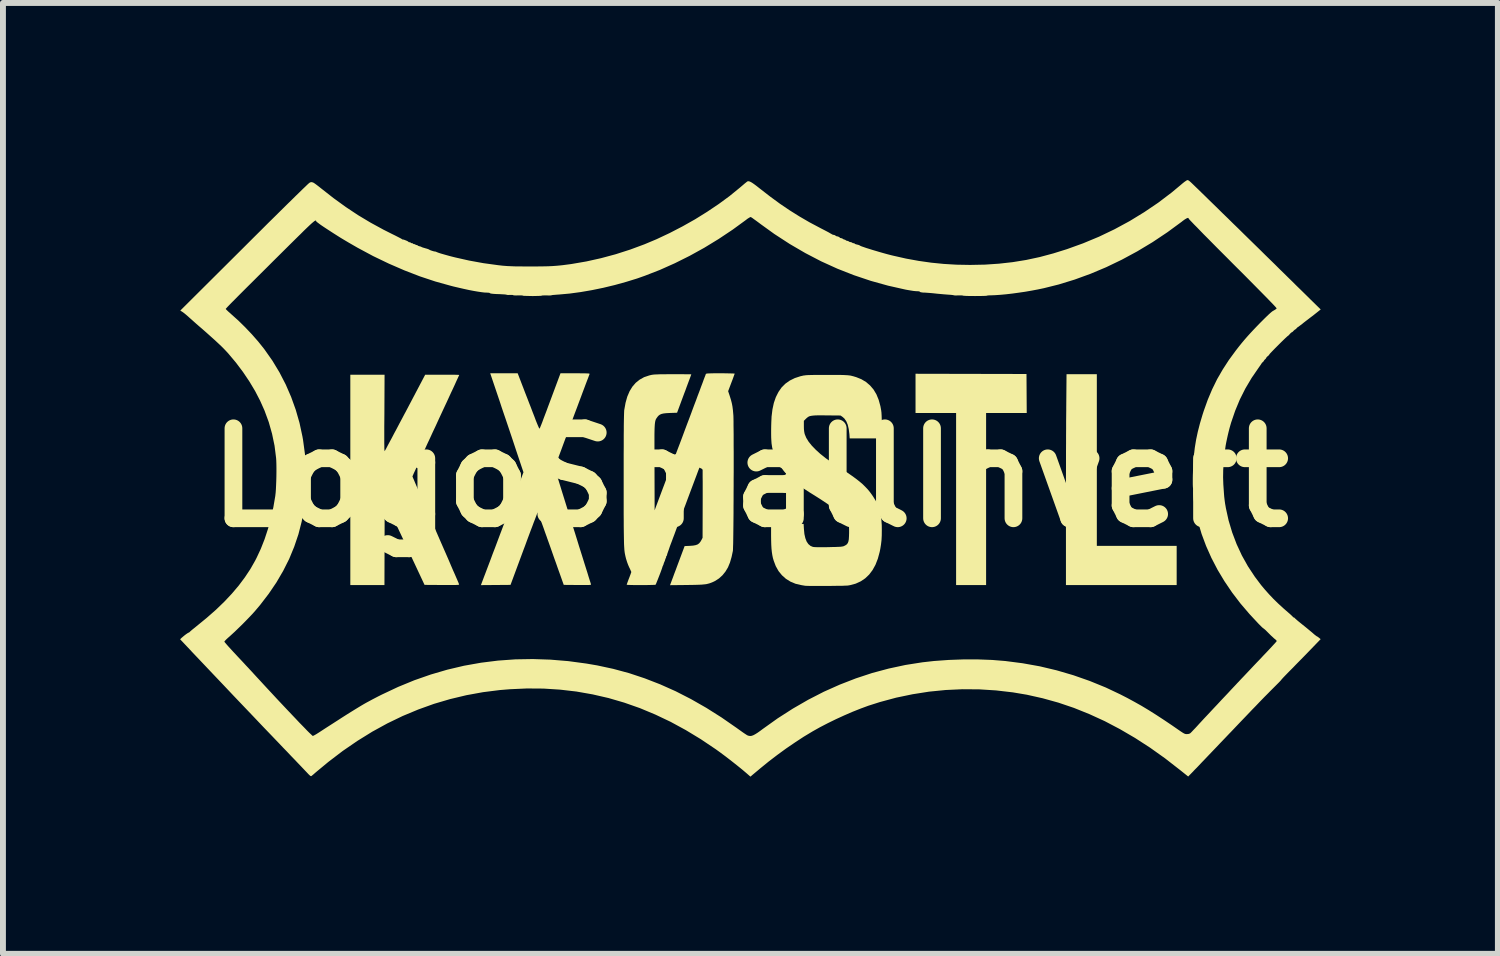
<source format=kicad_pcb>
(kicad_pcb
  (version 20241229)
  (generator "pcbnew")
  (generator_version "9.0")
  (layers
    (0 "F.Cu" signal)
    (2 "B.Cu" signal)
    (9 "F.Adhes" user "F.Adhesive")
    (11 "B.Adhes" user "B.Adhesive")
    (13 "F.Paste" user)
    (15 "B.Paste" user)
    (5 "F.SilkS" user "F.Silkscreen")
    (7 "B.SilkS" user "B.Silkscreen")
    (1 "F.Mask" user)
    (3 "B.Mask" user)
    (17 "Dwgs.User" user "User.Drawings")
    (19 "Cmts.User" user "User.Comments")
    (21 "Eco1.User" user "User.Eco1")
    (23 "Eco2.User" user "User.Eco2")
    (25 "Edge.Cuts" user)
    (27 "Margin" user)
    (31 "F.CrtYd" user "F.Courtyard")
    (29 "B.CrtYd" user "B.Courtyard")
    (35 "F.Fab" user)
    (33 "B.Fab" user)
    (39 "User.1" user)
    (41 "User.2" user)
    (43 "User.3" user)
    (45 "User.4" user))
  (footprint "LogoSmallInvert"
    (layer "F.Cu")
    (at 9.648 5.037)
    (property "Reference" "LogoSmallInvert" (at 0 0 0) (layer "F.SilkS") (effects (font (size 1.524 1.524) (thickness 0.3))))
    (attr board_only exclude_from_pos_files exclude_from_bom)
    (fp_poly (pts (xy 4.684 -1.754) (xy 4.686 -1.424) (xy 4.688 -1.094) (xy 4 -1.094) (xy 4 1.82) (xy 3.492 1.82) (xy 3.492 -1.094) (xy 2.805 -1.094) (xy 2.805 -1.758)) (stroke (width 0) (type solid)) (fill yes) (layer "F.SilkS"))
    (fp_poly (pts (xy 5.875 1.156) (xy 7.227 1.156) (xy 7.227 1.82) (xy 5.352 1.82) (xy 5.352 0.604) (xy 5.352 0.455) (xy 5.352 0.304) (xy 5.352 0.152) (xy 5.352 -0.00021) (xy 5.353 -0.151) (xy 5.353 -0.299) (xy 5.353 -0.442) (xy 5.354 -0.58) (xy 5.354 -0.71) (xy 5.355 -0.831) (xy 5.355 -0.942) (xy 5.356 -1.042) (xy 5.357 -1.128) (xy 5.357 -1.182) (xy 5.362 -1.75) (xy 5.875 -1.75)) (stroke (width 0) (type solid)) (fill yes) (layer "F.SilkS"))
    (fp_poly (pts (xy -6.189 -1.089) (xy -6.19 -0.97) (xy -6.191 -0.865) (xy -6.191 -0.775) (xy -6.191 -0.698) (xy -6.191 -0.633) (xy -6.191 -0.579) (xy -6.19 -0.536) (xy -6.19 -0.503) (xy -6.189 -0.478) (xy -6.187 -0.461) (xy -6.186 -0.452) (xy -6.184 -0.448) (xy -6.183 -0.449) (xy -6.178 -0.458) (xy -6.166 -0.479) (xy -6.148 -0.513) (xy -6.125 -0.557) (xy -6.096 -0.611) (xy -6.062 -0.674) (xy -6.025 -0.745) (xy -5.983 -0.823) (xy -5.939 -0.907) (xy -5.892 -0.995) (xy -5.843 -1.088) (xy -5.835 -1.102) (xy -5.498 -1.742) (xy -5.21 -1.742) (xy -5.145 -1.742) (xy -5.084 -1.742) (xy -5.031 -1.741) (xy -4.987 -1.741) (xy -4.953 -1.74) (xy -4.93 -1.739) (xy -4.922 -1.738) (xy -4.922 -1.737) (xy -4.925 -1.73) (xy -4.935 -1.709) (xy -4.95 -1.676) (xy -4.971 -1.631) (xy -4.996 -1.575) (xy -5.026 -1.51) (xy -5.061 -1.436) (xy -5.099 -1.353) (xy -5.14 -1.264) (xy -5.185 -1.168) (xy -5.232 -1.067) (xy -5.281 -0.961) (xy -5.318 -0.88) (xy -5.369 -0.772) (xy -5.417 -0.667) (xy -5.464 -0.567) (xy -5.507 -0.472) (xy -5.548 -0.384) (xy -5.585 -0.304) (xy -5.618 -0.231) (xy -5.647 -0.168) (xy -5.671 -0.115) (xy -5.691 -0.073) (xy -5.704 -0.042) (xy -5.712 -0.024) (xy -5.714 -0.02) (xy -5.711 -0.012) (xy -5.702 0.01) (xy -5.687 0.044) (xy -5.668 0.09) (xy -5.644 0.146) (xy -5.615 0.213) (xy -5.582 0.289) (xy -5.546 0.373) (xy -5.506 0.465) (xy -5.464 0.563) (xy -5.419 0.666) (xy -5.371 0.775) (xy -5.322 0.888) (xy -5.321 0.891) (xy -5.272 1.004) (xy -5.225 1.112) (xy -5.179 1.217) (xy -5.136 1.315) (xy -5.096 1.407) (xy -5.06 1.492) (xy -5.027 1.569) (xy -4.997 1.636) (xy -4.972 1.694) (xy -4.952 1.74) (xy -4.937 1.775) (xy -4.928 1.798) (xy -4.924 1.807) (xy -4.924 1.807) (xy -4.924 1.81) (xy -4.926 1.813) (xy -4.933 1.815) (xy -4.945 1.817) (xy -4.964 1.818) (xy -4.991 1.819) (xy -5.028 1.819) (xy -5.076 1.819) (xy -5.137 1.819) (xy -5.213 1.819) (xy -5.214 1.819) (xy -5.509 1.817) (xy -5.846 1.098) (xy -6.184 0.38) (xy -6.188 1.82) (xy -6.766 1.82) (xy -6.766 -1.742) (xy -6.186 -1.742)) (stroke (width 0) (type solid)) (fill yes) (layer "F.SilkS"))
    (fp_poly (pts (xy -3.829 -1.498) (xy -3.801 -1.425) (xy -3.77 -1.346) (xy -3.739 -1.265) (xy -3.708 -1.186) (xy -3.68 -1.112) (xy -3.655 -1.048) (xy -3.646 -1.025) (xy -3.623 -0.963) (xy -3.603 -0.914) (xy -3.588 -0.878) (xy -3.577 -0.853) (xy -3.569 -0.837) (xy -3.563 -0.83) (xy -3.559 -0.83) (xy -3.559 -0.831) (xy -3.555 -0.84) (xy -3.546 -0.863) (xy -3.532 -0.897) (xy -3.514 -0.943) (xy -3.494 -0.998) (xy -3.47 -1.061) (xy -3.443 -1.132) (xy -3.415 -1.208) (xy -3.385 -1.288) (xy -3.379 -1.304) (xy -3.207 -1.766) (xy -2.958 -1.766) (xy -2.889 -1.766) (xy -2.835 -1.765) (xy -2.792 -1.765) (xy -2.761 -1.764) (xy -2.739 -1.763) (xy -2.725 -1.762) (xy -2.717 -1.759) (xy -2.714 -1.756) (xy -2.715 -1.753) (xy -2.715 -1.752) (xy -2.725 -1.726) (xy -2.739 -1.688) (xy -2.758 -1.639) (xy -2.78 -1.581) (xy -2.805 -1.514) (xy -2.833 -1.44) (xy -2.863 -1.359) (xy -2.895 -1.274) (xy -2.928 -1.185) (xy -2.963 -1.093) (xy -2.998 -0.999) (xy -3.033 -0.905) (xy -3.067 -0.812) (xy -3.101 -0.721) (xy -3.134 -0.633) (xy -3.165 -0.549) (xy -3.194 -0.47) (xy -3.221 -0.398) (xy -3.245 -0.334) (xy -3.265 -0.278) (xy -3.282 -0.233) (xy -3.294 -0.198) (xy -3.302 -0.176) (xy -3.305 -0.167) (xy -3.305 -0.167) (xy -3.303 -0.159) (xy -3.296 -0.136) (xy -3.285 -0.1) (xy -3.27 -0.051) (xy -3.252 0.008) (xy -3.231 0.078) (xy -3.206 0.158) (xy -3.179 0.246) (xy -3.149 0.342) (xy -3.117 0.445) (xy -3.083 0.554) (xy -3.047 0.669) (xy -3.01 0.787) (xy -3 0.819) (xy -2.962 0.938) (xy -2.926 1.054) (xy -2.892 1.165) (xy -2.859 1.269) (xy -2.828 1.368) (xy -2.8 1.458) (xy -2.774 1.54) (xy -2.751 1.613) (xy -2.732 1.676) (xy -2.716 1.727) (xy -2.703 1.767) (xy -2.695 1.793) (xy -2.691 1.806) (xy -2.691 1.807) (xy -2.69 1.811) (xy -2.693 1.814) (xy -2.7 1.816) (xy -2.713 1.818) (xy -2.734 1.819) (xy -2.764 1.819) (xy -2.805 1.819) (xy -2.859 1.819) (xy -2.919 1.819) (xy -3.152 1.817) (xy -3.223 1.617) (xy -3.24 1.57) (xy -3.261 1.511) (xy -3.285 1.442) (xy -3.313 1.365) (xy -3.342 1.282) (xy -3.372 1.196) (xy -3.403 1.109) (xy -3.434 1.023) (xy -3.441 1.002) (xy -3.469 0.925) (xy -3.494 0.853) (xy -3.518 0.787) (xy -3.54 0.729) (xy -3.559 0.679) (xy -3.574 0.639) (xy -3.585 0.611) (xy -3.592 0.595) (xy -3.595 0.592) (xy -3.598 0.6) (xy -3.607 0.621) (xy -3.62 0.655) (xy -3.637 0.701) (xy -3.659 0.757) (xy -3.683 0.822) (xy -3.711 0.895) (xy -3.741 0.975) (xy -3.773 1.061) (xy -3.806 1.152) (xy -3.827 1.207) (xy -4.053 1.817) (xy -4.304 1.819) (xy -4.555 1.821) (xy -4.546 1.799) (xy -4.543 1.789) (xy -4.534 1.766) (xy -4.52 1.729) (xy -4.502 1.681) (xy -4.479 1.621) (xy -4.453 1.552) (xy -4.423 1.473) (xy -4.39 1.386) (xy -4.355 1.291) (xy -4.316 1.19) (xy -4.276 1.083) (xy -4.234 0.971) (xy -4.19 0.855) (xy -4.186 0.844) (xy -3.834 -0.09) (xy -3.949 -0.433) (xy -3.973 -0.505) (xy -4.001 -0.59) (xy -4.032 -0.683) (xy -4.066 -0.784) (xy -4.101 -0.888) (xy -4.137 -0.995) (xy -4.173 -1.1) (xy -4.207 -1.201) (xy -4.23 -1.272) (xy -4.397 -1.766) (xy -3.932 -1.766)) (stroke (width 0) (type solid)) (fill yes) (layer "F.SilkS"))
    (fp_poly (pts (xy 1.392 -1.738) (xy 1.465 -1.738) (xy 1.526 -1.738) (xy 1.577 -1.737) (xy 1.618 -1.735) (xy 1.653 -1.733) (xy 1.683 -1.73) (xy 1.709 -1.726) (xy 1.733 -1.72) (xy 1.757 -1.714) (xy 1.782 -1.706) (xy 1.797 -1.702) (xy 1.887 -1.666) (xy 1.966 -1.619) (xy 2.035 -1.56) (xy 2.094 -1.491) (xy 2.143 -1.409) (xy 2.181 -1.316) (xy 2.21 -1.21) (xy 2.223 -1.141) (xy 2.228 -1.1) (xy 2.231 -1.046) (xy 2.233 -0.979) (xy 2.234 -0.898) (xy 2.234 -0.865) (xy 2.235 -0.664) (xy 1.69 -0.664) (xy 1.685 -0.736) (xy 1.674 -0.822) (xy 1.657 -0.895) (xy 1.632 -0.954) (xy 1.6 -1) (xy 1.571 -1.026) (xy 1.535 -1.051) (xy 1.302 -1.053) (xy 1.226 -1.054) (xy 1.163 -1.054) (xy 1.113 -1.053) (xy 1.073 -1.05) (xy 1.041 -1.046) (xy 1.016 -1.041) (xy 0.996 -1.033) (xy 0.979 -1.022) (xy 0.963 -1.009) (xy 0.949 -0.996) (xy 0.914 -0.961) (xy 0.914 -0.872) (xy 0.915 -0.822) (xy 0.919 -0.783) (xy 0.925 -0.75) (xy 0.93 -0.732) (xy 0.955 -0.672) (xy 0.995 -0.607) (xy 1.049 -0.54) (xy 1.116 -0.471) (xy 1.195 -0.399) (xy 1.286 -0.327) (xy 1.388 -0.255) (xy 1.456 -0.211) (xy 1.558 -0.145) (xy 1.647 -0.086) (xy 1.725 -0.032) (xy 1.794 0.018) (xy 1.853 0.064) (xy 1.906 0.109) (xy 1.952 0.154) (xy 1.994 0.198) (xy 2.032 0.244) (xy 2.067 0.292) (xy 2.088 0.323) (xy 2.132 0.394) (xy 2.167 0.465) (xy 2.194 0.54) (xy 2.213 0.619) (xy 2.226 0.706) (xy 2.233 0.804) (xy 2.234 0.889) (xy 2.233 0.98) (xy 2.229 1.06) (xy 2.22 1.135) (xy 2.208 1.209) (xy 2.198 1.258) (xy 2.167 1.373) (xy 2.127 1.476) (xy 2.078 1.565) (xy 2.02 1.642) (xy 1.953 1.706) (xy 1.877 1.757) (xy 1.792 1.796) (xy 1.699 1.821) (xy 1.66 1.828) (xy 1.643 1.829) (xy 1.612 1.83) (xy 1.57 1.832) (xy 1.52 1.833) (xy 1.462 1.833) (xy 1.399 1.834) (xy 1.333 1.835) (xy 1.266 1.835) (xy 1.2 1.835) (xy 1.137 1.835) (xy 1.079 1.835) (xy 1.029 1.835) (xy 0.987 1.834) (xy 0.957 1.833) (xy 0.939 1.832) (xy 0.938 1.832) (xy 0.924 1.83) (xy 0.901 1.826) (xy 0.871 1.821) (xy 0.867 1.82) (xy 0.773 1.798) (xy 0.687 1.762) (xy 0.61 1.714) (xy 0.543 1.654) (xy 0.485 1.583) (xy 0.438 1.499) (xy 0.404 1.409) (xy 0.39 1.362) (xy 0.38 1.314) (xy 0.372 1.262) (xy 0.366 1.204) (xy 0.362 1.137) (xy 0.36 1.059) (xy 0.359 0.981) (xy 0.359 0.781) (xy 0.635 0.783) (xy 0.91 0.785) (xy 0.915 0.871) (xy 0.923 0.955) (xy 0.939 1.026) (xy 0.961 1.083) (xy 0.99 1.126) (xy 1.027 1.157) (xy 1.065 1.173) (xy 1.083 1.176) (xy 1.112 1.178) (xy 1.154 1.179) (xy 1.209 1.179) (xy 1.278 1.179) (xy 1.328 1.178) (xy 1.397 1.176) (xy 1.452 1.175) (xy 1.496 1.173) (xy 1.529 1.172) (xy 1.553 1.169) (xy 1.571 1.166) (xy 1.585 1.163) (xy 1.59 1.161) (xy 1.618 1.147) (xy 1.641 1.131) (xy 1.657 1.11) (xy 1.668 1.083) (xy 1.675 1.047) (xy 1.678 1) (xy 1.68 0.94) (xy 1.68 0.933) (xy 1.68 0.886) (xy 1.679 0.851) (xy 1.678 0.826) (xy 1.675 0.807) (xy 1.67 0.791) (xy 1.664 0.776) (xy 1.659 0.765) (xy 1.64 0.734) (xy 1.608 0.696) (xy 1.567 0.651) (xy 1.563 0.648) (xy 1.514 0.601) (xy 1.459 0.554) (xy 1.396 0.504) (xy 1.323 0.452) (xy 1.24 0.396) (xy 1.146 0.335) (xy 1.039 0.268) (xy 1.021 0.257) (xy 0.888 0.171) (xy 0.771 0.082) (xy 0.668 -0.009) (xy 0.581 -0.103) (xy 0.508 -0.199) (xy 0.451 -0.298) (xy 0.407 -0.401) (xy 0.378 -0.507) (xy 0.367 -0.577) (xy 0.364 -0.62) (xy 0.361 -0.674) (xy 0.36 -0.737) (xy 0.36 -0.805) (xy 0.361 -0.875) (xy 0.363 -0.942) (xy 0.366 -1.004) (xy 0.367 -1.031) (xy 0.382 -1.154) (xy 0.406 -1.265) (xy 0.44 -1.363) (xy 0.484 -1.45) (xy 0.537 -1.526) (xy 0.601 -1.59) (xy 0.676 -1.643) (xy 0.761 -1.685) (xy 0.856 -1.716) (xy 0.891 -1.724) (xy 0.908 -1.728) (xy 0.927 -1.73) (xy 0.948 -1.733) (xy 0.974 -1.735) (xy 1.005 -1.736) (xy 1.044 -1.737) (xy 1.092 -1.738) (xy 1.15 -1.738) (xy 1.221 -1.738) (xy 1.305 -1.738)) (stroke (width 0) (type solid)) (fill yes) (layer "F.SilkS"))
    (fp_poly (pts (xy -0.44 -1.766) (xy -0.385 -1.765) (xy -0.338 -1.764) (xy -0.3 -1.763) (xy -0.273 -1.762) (xy -0.259 -1.761) (xy -0.258 -1.76) (xy -0.26 -1.752) (xy -0.268 -1.731) (xy -0.279 -1.7) (xy -0.293 -1.661) (xy -0.31 -1.617) (xy -0.313 -1.609) (xy -0.368 -1.463) (xy -0.341 -1.382) (xy -0.321 -1.318) (xy -0.306 -1.26) (xy -0.295 -1.203) (xy -0.287 -1.14) (xy -0.281 -1.07) (xy -0.279 -1.045) (xy -0.278 -1.005) (xy -0.277 -0.953) (xy -0.277 -0.889) (xy -0.276 -0.815) (xy -0.275 -0.731) (xy -0.275 -0.639) (xy -0.275 -0.54) (xy -0.274 -0.435) (xy -0.274 -0.325) (xy -0.274 -0.211) (xy -0.274 -0.094) (xy -0.275 0.024) (xy -0.275 0.143) (xy -0.276 0.261) (xy -0.276 0.378) (xy -0.277 0.491) (xy -0.277 0.601) (xy -0.278 0.706) (xy -0.279 0.805) (xy -0.28 0.897) (xy -0.281 0.98) (xy -0.282 1.054) (xy -0.283 1.117) (xy -0.285 1.169) (xy -0.286 1.208) (xy -0.287 1.233) (xy -0.288 1.242) (xy -0.31 1.345) (xy -0.337 1.438) (xy -0.37 1.518) (xy -0.373 1.524) (xy -0.414 1.592) (xy -0.464 1.654) (xy -0.522 1.707) (xy -0.583 1.747) (xy -0.594 1.753) (xy -0.625 1.768) (xy -0.654 1.78) (xy -0.682 1.79) (xy -0.711 1.798) (xy -0.742 1.805) (xy -0.779 1.809) (xy -0.822 1.813) (xy -0.874 1.815) (xy -0.936 1.817) (xy -1.011 1.818) (xy -1.065 1.819) (xy -1.352 1.822) (xy -1.332 1.768) (xy -1.325 1.749) (xy -1.313 1.717) (xy -1.297 1.674) (xy -1.278 1.622) (xy -1.256 1.565) (xy -1.233 1.502) (xy -1.209 1.438) (xy -1.105 1.16) (xy -1.016 1.156) (xy -0.961 1.152) (xy -0.918 1.144) (xy -0.885 1.132) (xy -0.859 1.113) (xy -0.837 1.086) (xy -0.819 1.055) (xy -0.801 1.02) (xy -0.799 0.352) (xy -0.799 0.251) (xy -0.799 0.156) (xy -0.799 0.067) (xy -0.8 -0.015) (xy -0.8 -0.089) (xy -0.8 -0.154) (xy -0.801 -0.208) (xy -0.802 -0.251) (xy -0.803 -0.282) (xy -0.803 -0.298) (xy -0.804 -0.301) (xy -0.809 -0.288) (xy -0.819 -0.262) (xy -0.834 -0.224) (xy -0.852 -0.174) (xy -0.875 -0.116) (xy -0.9 -0.048) (xy -0.928 0.026) (xy -0.958 0.106) (xy -0.99 0.191) (xy -1.023 0.279) (xy -1.057 0.37) (xy -1.091 0.462) (xy -1.126 0.553) (xy -1.159 0.642) (xy -1.192 0.729) (xy -1.223 0.812) (xy -1.252 0.89) (xy -1.278 0.961) (xy -1.302 1.024) (xy -1.322 1.079) (xy -1.339 1.123) (xy -1.351 1.155) (xy -1.358 1.175) (xy -1.36 1.181) (xy -1.369 1.208) (xy -1.377 1.23) (xy -1.381 1.242) (xy -1.386 1.255) (xy -1.387 1.258) (xy -1.39 1.268) (xy -1.393 1.274) (xy -1.401 1.3) (xy -1.403 1.313) (xy -1.407 1.322) (xy -1.413 1.331) (xy -1.42 1.341) (xy -1.419 1.344) (xy -1.418 1.35) (xy -1.423 1.361) (xy -1.432 1.381) (xy -1.435 1.393) (xy -1.441 1.412) (xy -1.447 1.425) (xy -1.455 1.444) (xy -1.459 1.456) (xy -1.464 1.474) (xy -1.47 1.487) (xy -1.478 1.504) (xy -1.481 1.514) (xy -1.485 1.527) (xy -1.493 1.551) (xy -1.505 1.584) (xy -1.519 1.622) (xy -1.535 1.663) (xy -1.551 1.704) (xy -1.566 1.742) (xy -1.579 1.774) (xy -1.589 1.799) (xy -1.596 1.813) (xy -1.597 1.814) (xy -1.607 1.816) (xy -1.63 1.817) (xy -1.663 1.818) (xy -1.705 1.819) (xy -1.753 1.82) (xy -1.805 1.82) (xy -1.858 1.82) (xy -1.911 1.82) (xy -1.96 1.82) (xy -2.005 1.819) (xy -2.042 1.818) (xy -2.069 1.817) (xy -2.084 1.815) (xy -2.086 1.814) (xy -2.083 1.805) (xy -2.076 1.784) (xy -2.065 1.754) (xy -2.052 1.719) (xy -2.047 1.707) (xy -2.033 1.67) (xy -2.021 1.638) (xy -2.013 1.614) (xy -2.008 1.601) (xy -2.008 1.599) (xy -2.011 1.59) (xy -2.02 1.57) (xy -2.032 1.543) (xy -2.043 1.521) (xy -2.061 1.48) (xy -2.079 1.432) (xy -2.093 1.387) (xy -2.097 1.375) (xy -2.102 1.354) (xy -2.107 1.334) (xy -2.111 1.315) (xy -2.115 1.296) (xy -2.119 1.275) (xy -2.122 1.252) (xy -2.125 1.227) (xy -2.127 1.197) (xy -2.129 1.164) (xy -2.131 1.125) (xy -2.132 1.08) (xy -2.133 1.028) (xy -2.134 0.968) (xy -2.135 0.899) (xy -2.136 0.821) (xy -2.136 0.733) (xy -2.137 0.634) (xy -2.137 0.523) (xy -2.137 0.399) (xy -2.137 0.261) (xy -2.137 0.109) (xy -2.137 0.035) (xy -2.137 -0.126) (xy -2.137 -0.272) (xy -2.137 -0.404) (xy -2.136 -0.522) (xy -2.136 -0.627) (xy -2.136 -0.721) (xy -2.135 -0.803) (xy -2.135 -0.875) (xy -2.134 -0.937) (xy -2.133 -0.99) (xy -2.132 -1.034) (xy -2.131 -1.071) (xy -2.13 -1.1) (xy -2.129 -1.124) (xy -2.128 -1.142) (xy -2.126 -1.152) (xy -2.105 -1.268) (xy -2.076 -1.371) (xy -2.037 -1.462) (xy -1.99 -1.539) (xy -1.933 -1.605) (xy -1.867 -1.658) (xy -1.792 -1.7) (xy -1.706 -1.729) (xy -1.67 -1.738) (xy -1.652 -1.741) (xy -1.63 -1.744) (xy -1.603 -1.746) (xy -1.569 -1.747) (xy -1.527 -1.749) (xy -1.475 -1.749) (xy -1.411 -1.75) (xy -1.334 -1.75) (xy -1.301 -1.75) (xy -1.233 -1.75) (xy -1.171 -1.75) (xy -1.115 -1.75) (xy -1.068 -1.749) (xy -1.03 -1.749) (xy -1.005 -1.749) (xy -0.993 -1.748) (xy -0.992 -1.748) (xy -0.995 -1.74) (xy -1.002 -1.72) (xy -1.014 -1.687) (xy -1.03 -1.645) (xy -1.049 -1.594) (xy -1.071 -1.535) (xy -1.094 -1.471) (xy -1.113 -1.422) (xy -1.233 -1.098) (xy -1.353 -1.094) (xy -1.412 -1.091) (xy -1.459 -1.086) (xy -1.495 -1.078) (xy -1.523 -1.066) (xy -1.545 -1.05) (xy -1.564 -1.029) (xy -1.57 -1.02) (xy -1.578 -1.009) (xy -1.585 -0.999) (xy -1.591 -0.988) (xy -1.596 -0.977) (xy -1.6 -0.963) (xy -1.604 -0.946) (xy -1.607 -0.925) (xy -1.61 -0.9) (xy -1.612 -0.868) (xy -1.614 -0.829) (xy -1.615 -0.782) (xy -1.616 -0.727) (xy -1.616 -0.661) (xy -1.616 -0.585) (xy -1.616 -0.496) (xy -1.616 -0.395) (xy -1.616 -0.28) (xy -1.615 -0.174) (xy -1.613 0.554) (xy -1.481 0.201) (xy -1.451 0.122) (xy -1.421 0.042) (xy -1.391 -0.039) (xy -1.361 -0.116) (xy -1.334 -0.188) (xy -1.31 -0.252) (xy -1.289 -0.306) (xy -1.279 -0.332) (xy -1.265 -0.368) (xy -1.247 -0.417) (xy -1.224 -0.478) (xy -1.197 -0.548) (xy -1.167 -0.627) (xy -1.135 -0.713) (xy -1.101 -0.805) (xy -1.065 -0.901) (xy -1.028 -0.998) (xy -0.991 -1.097) (xy -0.981 -1.125) (xy -0.946 -1.219) (xy -0.912 -1.308) (xy -0.881 -1.393) (xy -0.851 -1.471) (xy -0.825 -1.542) (xy -0.801 -1.605) (xy -0.782 -1.658) (xy -0.766 -1.7) (xy -0.754 -1.73) (xy -0.748 -1.748) (xy -0.746 -1.752) (xy -0.744 -1.756) (xy -0.738 -1.759) (xy -0.729 -1.761) (xy -0.713 -1.763) (xy -0.69 -1.764) (xy -0.657 -1.765) (xy -0.613 -1.766) (xy -0.557 -1.766) (xy -0.499 -1.766)) (stroke (width 0) (type solid)) (fill yes) (layer "F.SilkS"))
    (fp_poly (pts (xy 7.429 -5.031) (xy 7.448 -5.017) (xy 7.467 -5) (xy 7.484 -4.984) (xy 7.511 -4.958) (xy 7.547 -4.923) (xy 7.593 -4.879) (xy 7.646 -4.827) (xy 7.707 -4.768) (xy 7.774 -4.702) (xy 7.847 -4.631) (xy 7.925 -4.555) (xy 8.007 -4.474) (xy 8.093 -4.391) (xy 8.181 -4.304) (xy 8.272 -4.216) (xy 8.363 -4.126) (xy 8.455 -4.036) (xy 8.547 -3.946) (xy 8.637 -3.858) (xy 8.725 -3.771) (xy 8.811 -3.687) (xy 8.894 -3.606) (xy 8.965 -3.535) (xy 9.042 -3.46) (xy 9.117 -3.386) (xy 9.191 -3.314) (xy 9.26 -3.245) (xy 9.326 -3.181) (xy 9.386 -3.122) (xy 9.44 -3.069) (xy 9.486 -3.023) (xy 9.524 -2.986) (xy 9.553 -2.958) (xy 9.57 -2.941) (xy 9.666 -2.847) (xy 9.593 -2.789) (xy 9.559 -2.762) (xy 9.523 -2.734) (xy 9.491 -2.71) (xy 9.473 -2.696) (xy 9.447 -2.676) (xy 9.414 -2.651) (xy 9.378 -2.623) (xy 9.355 -2.604) (xy 9.326 -2.582) (xy 9.302 -2.564) (xy 9.285 -2.551) (xy 9.278 -2.547) (xy 9.27 -2.542) (xy 9.257 -2.528) (xy 9.257 -2.527) (xy 9.244 -2.514) (xy 9.234 -2.508) (xy 9.234 -2.508) (xy 9.224 -2.502) (xy 9.21 -2.489) (xy 9.206 -2.485) (xy 9.191 -2.469) (xy 9.179 -2.461) (xy 9.177 -2.461) (xy 9.167 -2.455) (xy 9.152 -2.441) (xy 9.142 -2.43) (xy 9.126 -2.412) (xy 9.114 -2.401) (xy 9.11 -2.399) (xy 9.102 -2.393) (xy 9.086 -2.378) (xy 9.062 -2.356) (xy 9.032 -2.327) (xy 8.998 -2.294) (xy 8.963 -2.259) (xy 8.927 -2.223) (xy 8.892 -2.188) (xy 8.86 -2.155) (xy 8.833 -2.127) (xy 8.812 -2.105) (xy 8.8 -2.091) (xy 8.797 -2.087) (xy 8.792 -2.077) (xy 8.778 -2.063) (xy 8.77 -2.057) (xy 8.753 -2.042) (xy 8.744 -2.029) (xy 8.743 -2.026) (xy 8.737 -2.015) (xy 8.724 -2.002) (xy 8.723 -2.002) (xy 8.71 -1.988) (xy 8.704 -1.978) (xy 8.704 -1.978) (xy 8.698 -1.968) (xy 8.685 -1.955) (xy 8.684 -1.955) (xy 8.671 -1.942) (xy 8.665 -1.934) (xy 8.665 -1.933) (xy 8.66 -1.925) (xy 8.648 -1.907) (xy 8.631 -1.883) (xy 8.615 -1.86) (xy 8.496 -1.687) (xy 8.39 -1.508) (xy 8.297 -1.323) (xy 8.217 -1.13) (xy 8.148 -0.928) (xy 8.122 -0.837) (xy 8.108 -0.782) (xy 8.093 -0.72) (xy 8.079 -0.656) (xy 8.066 -0.594) (xy 8.056 -0.54) (xy 8.051 -0.504) (xy 8.047 -0.477) (xy 8.044 -0.453) (xy 8.043 -0.445) (xy 8.04 -0.424) (xy 8.036 -0.399) (xy 8.036 -0.395) (xy 8.023 -0.256) (xy 8.015 -0.128) (xy 8.013 -0.005) (xy 8.017 0.117) (xy 8.019 0.145) (xy 8.024 0.215) (xy 8.028 0.274) (xy 8.032 0.323) (xy 8.037 0.366) (xy 8.042 0.406) (xy 8.048 0.447) (xy 8.056 0.491) (xy 8.06 0.516) (xy 8.106 0.725) (xy 8.167 0.929) (xy 8.242 1.127) (xy 8.331 1.319) (xy 8.434 1.503) (xy 8.551 1.68) (xy 8.658 1.822) (xy 8.726 1.903) (xy 8.795 1.98) (xy 8.866 2.055) (xy 8.944 2.131) (xy 9.03 2.21) (xy 9.116 2.285) (xy 9.145 2.31) (xy 9.17 2.333) (xy 9.187 2.35) (xy 9.196 2.359) (xy 9.196 2.36) (xy 9.202 2.367) (xy 9.207 2.367) (xy 9.221 2.373) (xy 9.225 2.378) (xy 9.233 2.386) (xy 9.251 2.402) (xy 9.277 2.425) (xy 9.31 2.452) (xy 9.346 2.481) (xy 9.348 2.483) (xy 9.391 2.517) (xy 9.434 2.552) (xy 9.475 2.586) (xy 9.51 2.615) (xy 9.53 2.632) (xy 9.556 2.655) (xy 9.579 2.673) (xy 9.594 2.684) (xy 9.6 2.688) (xy 9.609 2.692) (xy 9.626 2.704) (xy 9.636 2.712) (xy 9.665 2.736) (xy 9.468 2.94) (xy 9.415 2.995) (xy 9.358 3.053) (xy 9.301 3.111) (xy 9.246 3.167) (xy 9.196 3.219) (xy 9.152 3.263) (xy 9.135 3.28) (xy 9.098 3.318) (xy 9.065 3.352) (xy 9.037 3.381) (xy 9.016 3.404) (xy 9.003 3.418) (xy 9.001 3.422) (xy 8.995 3.429) (xy 8.981 3.445) (xy 8.958 3.469) (xy 8.93 3.497) (xy 8.899 3.528) (xy 8.866 3.561) (xy 8.835 3.592) (xy 8.805 3.622) (xy 8.776 3.652) (xy 8.746 3.682) (xy 8.714 3.714) (xy 8.681 3.748) (xy 8.644 3.786) (xy 8.604 3.828) (xy 8.559 3.875) (xy 8.508 3.927) (xy 8.451 3.987) (xy 8.387 4.054) (xy 8.314 4.13) (xy 8.233 4.215) (xy 8.142 4.311) (xy 8.125 4.328) (xy 8.048 4.409) (xy 7.973 4.487) (xy 7.901 4.563) (xy 7.831 4.636) (xy 7.766 4.704) (xy 7.706 4.767) (xy 7.652 4.823) (xy 7.605 4.873) (xy 7.566 4.914) (xy 7.535 4.945) (xy 7.514 4.967) (xy 7.511 4.971) (xy 7.422 5.062) (xy 7.283 4.951) (xy 7.03 4.754) (xy 6.777 4.574) (xy 6.522 4.409) (xy 6.265 4.259) (xy 6.008 4.124) (xy 5.748 4.005) (xy 5.487 3.9) (xy 5.224 3.811) (xy 4.958 3.737) (xy 4.69 3.677) (xy 4.453 3.637) (xy 4.169 3.604) (xy 3.884 3.586) (xy 3.599 3.584) (xy 3.316 3.597) (xy 3.034 3.625) (xy 2.754 3.669) (xy 2.476 3.727) (xy 2.202 3.801) (xy 2.004 3.864) (xy 1.877 3.911) (xy 1.741 3.965) (xy 1.6 4.026) (xy 1.458 4.091) (xy 1.319 4.159) (xy 1.186 4.228) (xy 1.063 4.297) (xy 1.055 4.302) (xy 0.912 4.388) (xy 0.764 4.485) (xy 0.613 4.588) (xy 0.465 4.696) (xy 0.321 4.806) (xy 0.187 4.915) (xy 0.177 4.923) (xy 0.138 4.956) (xy 0.102 4.986) (xy 0.071 5.012) (xy 0.047 5.032) (xy 0.033 5.044) (xy 0.031 5.046) (xy 0.009 5.064) (xy -0.048 5.014) (xy -0.128 4.946) (xy -0.217 4.874) (xy -0.312 4.799) (xy -0.409 4.724) (xy -0.503 4.654) (xy -0.578 4.6) (xy -0.831 4.43) (xy -1.085 4.276) (xy -1.342 4.136) (xy -1.601 4.013) (xy -1.862 3.904) (xy -2.127 3.811) (xy -2.394 3.733) (xy -2.664 3.671) (xy -2.937 3.623) (xy -3.213 3.591) (xy -3.493 3.573) (xy -3.777 3.571) (xy -4.064 3.584) (xy -4.235 3.598) (xy -4.52 3.634) (xy -4.8 3.685) (xy -5.076 3.751) (xy -5.348 3.831) (xy -5.615 3.927) (xy -5.879 4.037) (xy -6.138 4.162) (xy -6.393 4.302) (xy -6.645 4.458) (xy -6.893 4.628) (xy -7.137 4.814) (xy -7.329 4.973) (xy -7.36 4.999) (xy -7.387 5.023) (xy -7.409 5.041) (xy -7.422 5.052) (xy -7.424 5.053) (xy -7.43 5.056) (xy -7.439 5.054) (xy -7.452 5.044) (xy -7.472 5.025) (xy -7.494 5.002) (xy -7.507 4.988) (xy -7.531 4.963) (xy -7.564 4.928) (xy -7.605 4.885) (xy -7.653 4.835) (xy -7.708 4.777) (xy -7.769 4.714) (xy -7.834 4.645) (xy -7.904 4.573) (xy -7.976 4.497) (xy -8.051 4.419) (xy -8.067 4.402) (xy -8.24 4.222) (xy -8.408 4.045) (xy -8.575 3.87) (xy -8.743 3.694) (xy -8.912 3.515) (xy -9.086 3.332) (xy -9.267 3.141) (xy -9.456 2.942) (xy -9.459 2.938) (xy -9.61 2.778) (xy -8.899 2.778) (xy -8.894 2.786) (xy -8.879 2.804) (xy -8.856 2.831) (xy -8.826 2.865) (xy -8.79 2.904) (xy -8.75 2.948) (xy -8.717 2.983) (xy -8.67 3.034) (xy -8.621 3.086) (xy -8.574 3.136) (xy -8.531 3.183) (xy -8.493 3.223) (xy -8.463 3.256) (xy -8.453 3.266) (xy -8.368 3.359) (xy -8.292 3.441) (xy -8.225 3.514) (xy -8.163 3.581) (xy -8.107 3.641) (xy -8.055 3.697) (xy -8.006 3.75) (xy -7.958 3.801) (xy -7.91 3.852) (xy -7.861 3.904) (xy -7.809 3.959) (xy -7.753 4.018) (xy -7.692 4.082) (xy -7.631 4.147) (xy -7.583 4.196) (xy -7.538 4.242) (xy -7.498 4.284) (xy -7.463 4.319) (xy -7.434 4.346) (xy -7.414 4.365) (xy -7.402 4.375) (xy -7.401 4.375) (xy -7.39 4.371) (xy -7.369 4.36) (xy -7.341 4.344) (xy -7.308 4.323) (xy -7.306 4.322) (xy -7.188 4.245) (xy -7.082 4.177) (xy -6.987 4.116) (xy -6.902 4.061) (xy -6.825 4.012) (xy -6.756 3.969) (xy -6.693 3.93) (xy -6.636 3.895) (xy -6.583 3.863) (xy -6.534 3.834) (xy -6.486 3.807) (xy -6.439 3.782) (xy -6.393 3.757) (xy -6.345 3.732) (xy -6.295 3.706) (xy -6.241 3.679) (xy -6.229 3.673) (xy -5.957 3.545) (xy -5.682 3.432) (xy -5.404 3.335) (xy -5.124 3.253) (xy -4.84 3.186) (xy -4.553 3.135) (xy -4.264 3.099) (xy -3.971 3.078) (xy -3.675 3.073) (xy -3.377 3.083) (xy -3.075 3.108) (xy -2.77 3.149) (xy -2.583 3.181) (xy -2.314 3.239) (xy -2.047 3.311) (xy -1.782 3.399) (xy -1.519 3.501) (xy -1.257 3.618) (xy -0.997 3.751) (xy -0.738 3.899) (xy -0.48 4.062) (xy -0.222 4.241) (xy -0.2 4.257) (xy -0.159 4.286) (xy -0.12 4.314) (xy -0.086 4.337) (xy -0.06 4.354) (xy -0.044 4.364) (xy -0.041 4.365) (xy -0.018 4.373) (xy 0.006 4.376) (xy 0.03 4.373) (xy 0.058 4.363) (xy 0.09 4.346) (xy 0.13 4.321) (xy 0.178 4.287) (xy 0.221 4.255) (xy 0.472 4.076) (xy 0.728 3.912) (xy 0.988 3.762) (xy 1.253 3.626) (xy 1.522 3.506) (xy 1.795 3.4) (xy 2.071 3.309) (xy 2.351 3.234) (xy 2.635 3.173) (xy 2.921 3.128) (xy 3.117 3.106) (xy 3.366 3.088) (xy 3.615 3.079) (xy 3.861 3.079) (xy 4.102 3.088) (xy 4.324 3.106) (xy 4.618 3.144) (xy 4.909 3.196) (xy 5.195 3.264) (xy 5.478 3.347) (xy 5.755 3.444) (xy 6.027 3.555) (xy 6.268 3.669) (xy 6.389 3.731) (xy 6.509 3.796) (xy 6.63 3.864) (xy 6.753 3.938) (xy 6.88 4.018) (xy 7.013 4.105) (xy 7.154 4.2) (xy 7.265 4.277) (xy 7.303 4.303) (xy 7.331 4.321) (xy 7.352 4.333) (xy 7.368 4.34) (xy 7.383 4.343) (xy 7.398 4.344) (xy 7.401 4.344) (xy 7.435 4.34) (xy 7.456 4.33) (xy 7.466 4.321) (xy 7.485 4.302) (xy 7.511 4.274) (xy 7.543 4.241) (xy 7.578 4.203) (xy 7.606 4.172) (xy 7.645 4.13) (xy 7.691 4.08) (xy 7.744 4.024) (xy 7.8 3.964) (xy 7.856 3.904) (xy 7.911 3.846) (xy 7.938 3.817) (xy 7.989 3.762) (xy 8.043 3.705) (xy 8.096 3.649) (xy 8.146 3.595) (xy 8.192 3.546) (xy 8.231 3.505) (xy 8.25 3.484) (xy 8.279 3.454) (xy 8.316 3.414) (xy 8.362 3.366) (xy 8.413 3.312) (xy 8.468 3.254) (xy 8.526 3.192) (xy 8.585 3.13) (xy 8.641 3.072) (xy 8.694 3.015) (xy 8.745 2.962) (xy 8.791 2.913) (xy 8.832 2.869) (xy 8.866 2.832) (xy 8.893 2.803) (xy 8.911 2.782) (xy 8.92 2.771) (xy 8.921 2.77) (xy 8.917 2.759) (xy 8.903 2.745) (xy 8.894 2.737) (xy 8.877 2.724) (xy 8.853 2.701) (xy 8.823 2.674) (xy 8.792 2.643) (xy 8.784 2.635) (xy 8.756 2.607) (xy 8.731 2.582) (xy 8.711 2.565) (xy 8.7 2.556) (xy 8.698 2.555) (xy 8.689 2.549) (xy 8.671 2.533) (xy 8.645 2.507) (xy 8.612 2.474) (xy 8.573 2.432) (xy 8.529 2.385) (xy 8.481 2.333) (xy 8.462 2.313) (xy 8.308 2.133) (xy 8.166 1.947) (xy 8.036 1.755) (xy 7.919 1.56) (xy 7.815 1.36) (xy 7.725 1.158) (xy 7.649 0.954) (xy 7.588 0.749) (xy 7.541 0.543) (xy 7.513 0.367) (xy 7.509 0.325) (xy 7.507 0.282) (xy 7.506 0.243) (xy 7.507 0.229) (xy 7.507 0.201) (xy 7.506 0.181) (xy 7.504 0.172) (xy 7.503 0.172) (xy 7.502 0.164) (xy 7.501 0.143) (xy 7.5 0.11) (xy 7.5 0.066) (xy 7.5 0.015) (xy 7.501 -0.043) (xy 7.502 -0.068) (xy 7.507 -0.223) (xy 7.518 -0.368) (xy 7.534 -0.506) (xy 7.556 -0.641) (xy 7.585 -0.777) (xy 7.621 -0.917) (xy 7.665 -1.065) (xy 7.687 -1.133) (xy 7.754 -1.32) (xy 7.829 -1.497) (xy 7.912 -1.666) (xy 8.006 -1.829) (xy 8.111 -1.991) (xy 8.229 -2.152) (xy 8.278 -2.215) (xy 8.327 -2.276) (xy 8.373 -2.331) (xy 8.419 -2.384) (xy 8.466 -2.436) (xy 8.517 -2.491) (xy 8.574 -2.551) (xy 8.639 -2.618) (xy 8.663 -2.642) (xy 8.715 -2.694) (xy 8.758 -2.736) (xy 8.793 -2.769) (xy 8.821 -2.794) (xy 8.844 -2.813) (xy 8.863 -2.825) (xy 8.869 -2.828) (xy 8.894 -2.843) (xy 8.912 -2.856) (xy 8.92 -2.865) (xy 8.916 -2.871) (xy 8.903 -2.887) (xy 8.881 -2.911) (xy 8.849 -2.945) (xy 8.807 -2.988) (xy 8.756 -3.041) (xy 8.694 -3.104) (xy 8.622 -3.177) (xy 8.54 -3.26) (xy 8.447 -3.354) (xy 8.344 -3.458) (xy 8.229 -3.572) (xy 8.177 -3.624) (xy 8.084 -3.718) (xy 7.995 -3.807) (xy 7.909 -3.893) (xy 7.829 -3.974) (xy 7.755 -4.049) (xy 7.686 -4.118) (xy 7.625 -4.181) (xy 7.571 -4.237) (xy 7.524 -4.284) (xy 7.487 -4.323) (xy 7.458 -4.353) (xy 7.439 -4.374) (xy 7.431 -4.384) (xy 7.43 -4.385) (xy 7.426 -4.396) (xy 7.414 -4.397) (xy 7.392 -4.388) (xy 7.361 -4.369) (xy 7.32 -4.339) (xy 7.319 -4.337) (xy 7.071 -4.155) (xy 6.818 -3.986) (xy 6.56 -3.831) (xy 6.299 -3.69) (xy 6.035 -3.563) (xy 5.769 -3.451) (xy 5.5 -3.353) (xy 5.23 -3.27) (xy 4.978 -3.207) (xy 4.878 -3.186) (xy 4.772 -3.166) (xy 4.663 -3.147) (xy 4.553 -3.131) (xy 4.444 -3.116) (xy 4.34 -3.104) (xy 4.243 -3.095) (xy 4.156 -3.089) (xy 4.08 -3.086) (xy 4.069 -3.086) (xy 4.042 -3.085) (xy 4.023 -3.083) (xy 4.016 -3.08) (xy 4.016 -3.08) (xy 4.008 -3.079) (xy 3.987 -3.077) (xy 3.955 -3.076) (xy 3.913 -3.075) (xy 3.863 -3.075) (xy 3.813 -3.074) (xy 3.758 -3.075) (xy 3.709 -3.075) (xy 3.668 -3.076) (xy 3.636 -3.078) (xy 3.616 -3.079) (xy 3.61 -3.081) (xy 3.602 -3.083) (xy 3.583 -3.085) (xy 3.554 -3.085) (xy 3.531 -3.085) (xy 3.499 -3.084) (xy 3.473 -3.084) (xy 3.457 -3.086) (xy 3.453 -3.087) (xy 3.446 -3.089) (xy 3.426 -3.092) (xy 3.397 -3.095) (xy 3.365 -3.097) (xy 3.326 -3.1) (xy 3.277 -3.104) (xy 3.222 -3.109) (xy 3.167 -3.114) (xy 3.141 -3.117) (xy 3.093 -3.122) (xy 3.048 -3.126) (xy 3.008 -3.129) (xy 2.978 -3.131) (xy 2.964 -3.132) (xy 2.93 -3.133) (xy 2.902 -3.137) (xy 2.882 -3.142) (xy 2.875 -3.149) (xy 2.875 -3.149) (xy 2.868 -3.153) (xy 2.85 -3.155) (xy 2.826 -3.156) (xy 2.803 -3.157) (xy 2.767 -3.161) (xy 2.723 -3.168) (xy 2.675 -3.176) (xy 2.636 -3.183) (xy 2.339 -3.25) (xy 2.048 -3.331) (xy 1.762 -3.427) (xy 1.482 -3.537) (xy 1.207 -3.662) (xy 0.938 -3.802) (xy 0.674 -3.956) (xy 0.414 -4.125) (xy 0.188 -4.288) (xy 0.144 -4.321) (xy 0.103 -4.351) (xy 0.068 -4.376) (xy 0.041 -4.396) (xy 0.022 -4.408) (xy 0.015 -4.412) (xy 0.003 -4.409) (xy -0.018 -4.397) (xy -0.046 -4.379) (xy -0.063 -4.365) (xy -0.292 -4.198) (xy -0.529 -4.04) (xy -0.773 -3.891) (xy -1.021 -3.754) (xy -1.272 -3.629) (xy -1.525 -3.516) (xy -1.777 -3.418) (xy -1.91 -3.371) (xy -2.095 -3.314) (xy -2.286 -3.261) (xy -2.481 -3.214) (xy -2.675 -3.174) (xy -2.867 -3.141) (xy -3.052 -3.116) (xy -3.229 -3.1) (xy -3.272 -3.097) (xy -3.307 -3.094) (xy -3.335 -3.092) (xy -3.354 -3.089) (xy -3.36 -3.087) (xy -3.367 -3.085) (xy -3.386 -3.084) (xy -3.415 -3.084) (xy -3.442 -3.085) (xy -3.475 -3.085) (xy -3.502 -3.084) (xy -3.519 -3.083) (xy -3.524 -3.081) (xy -3.531 -3.079) (xy -3.552 -3.077) (xy -3.584 -3.076) (xy -3.624 -3.075) (xy -3.671 -3.074) (xy -3.684 -3.074) (xy -3.732 -3.075) (xy -3.774 -3.076) (xy -3.808 -3.077) (xy -3.832 -3.078) (xy -3.843 -3.08) (xy -3.844 -3.081) (xy -3.851 -3.083) (xy -3.871 -3.085) (xy -3.9 -3.085) (xy -3.926 -3.085) (xy -3.96 -3.084) (xy -3.987 -3.085) (xy -4.004 -3.087) (xy -4.008 -3.089) (xy -4.015 -3.092) (xy -4.034 -3.093) (xy -4.06 -3.093) (xy -4.063 -3.093) (xy -4.09 -3.092) (xy -4.11 -3.093) (xy -4.119 -3.096) (xy -4.119 -3.096) (xy -4.128 -3.098) (xy -4.148 -3.101) (xy -4.179 -3.103) (xy -4.217 -3.105) (xy -4.231 -3.106) (xy -4.294 -3.108) (xy -4.343 -3.111) (xy -4.378 -3.115) (xy -4.399 -3.12) (xy -4.406 -3.125) (xy -4.407 -3.126) (xy -4.414 -3.129) (xy -4.433 -3.131) (xy -4.459 -3.132) (xy -4.463 -3.132) (xy -4.499 -3.134) (xy -4.548 -3.14) (xy -4.608 -3.149) (xy -4.678 -3.161) (xy -4.756 -3.176) (xy -4.839 -3.194) (xy -4.926 -3.214) (xy -5.016 -3.235) (xy -5.066 -3.248) (xy -5.325 -3.32) (xy -5.587 -3.407) (xy -5.851 -3.509) (xy -6.116 -3.624) (xy -6.38 -3.751) (xy -6.643 -3.892) (xy -6.799 -3.982) (xy -6.863 -4.02) (xy -6.928 -4.059) (xy -6.993 -4.1) (xy -7.056 -4.14) (xy -7.116 -4.179) (xy -7.173 -4.216) (xy -7.223 -4.249) (xy -7.267 -4.279) (xy -7.302 -4.305) (xy -7.327 -4.324) (xy -7.342 -4.337) (xy -7.344 -4.341) (xy -7.346 -4.35) (xy -7.351 -4.353) (xy -7.36 -4.351) (xy -7.374 -4.343) (xy -7.394 -4.327) (xy -7.421 -4.304) (xy -7.456 -4.272) (xy -7.498 -4.232) (xy -7.55 -4.182) (xy -7.611 -4.121) (xy -7.635 -4.098) (xy -7.793 -3.942) (xy -7.939 -3.797) (xy -8.075 -3.662) (xy -8.199 -3.538) (xy -8.313 -3.425) (xy -8.416 -3.322) (xy -8.509 -3.23) (xy -8.591 -3.148) (xy -8.662 -3.077) (xy -8.723 -3.015) (xy -8.774 -2.964) (xy -8.814 -2.923) (xy -8.844 -2.892) (xy -8.864 -2.87) (xy -8.874 -2.859) (xy -8.876 -2.857) (xy -8.87 -2.848) (xy -8.854 -2.832) (xy -8.83 -2.809) (xy -8.8 -2.783) (xy -8.776 -2.761) (xy -8.661 -2.658) (xy -8.546 -2.545) (xy -8.433 -2.426) (xy -8.326 -2.304) (xy -8.23 -2.184) (xy -8.218 -2.168) (xy -8.085 -1.979) (xy -7.966 -1.782) (xy -7.86 -1.577) (xy -7.768 -1.365) (xy -7.69 -1.148) (xy -7.626 -0.925) (xy -7.577 -0.697) (xy -7.567 -0.641) (xy -7.534 -0.397) (xy -7.516 -0.158) (xy -7.512 0.076) (xy -7.523 0.304) (xy -7.549 0.528) (xy -7.59 0.747) (xy -7.645 0.961) (xy -7.716 1.171) (xy -7.801 1.377) (xy -7.902 1.578) (xy -8.017 1.775) (xy -8.148 1.968) (xy -8.293 2.157) (xy -8.375 2.254) (xy -8.42 2.305) (xy -8.475 2.363) (xy -8.535 2.425) (xy -8.599 2.49) (xy -8.664 2.553) (xy -8.726 2.613) (xy -8.784 2.666) (xy -8.807 2.687) (xy -8.839 2.715) (xy -8.866 2.74) (xy -8.886 2.761) (xy -8.897 2.774) (xy -8.899 2.778) (xy -9.61 2.778) (xy -9.648 2.738) (xy -9.623 2.714) (xy -9.602 2.696) (xy -9.577 2.675) (xy -9.551 2.655) (xy -9.528 2.639) (xy -9.51 2.628) (xy -9.502 2.625) (xy -9.491 2.619) (xy -9.487 2.615) (xy -9.479 2.607) (xy -9.461 2.591) (xy -9.435 2.569) (xy -9.402 2.543) (xy -9.368 2.515) (xy -9.198 2.376) (xy -9.042 2.239) (xy -8.9 2.102) (xy -8.772 1.966) (xy -8.656 1.829) (xy -8.552 1.69) (xy -8.459 1.55) (xy -8.377 1.406) (xy -8.353 1.359) (xy -8.282 1.207) (xy -8.217 1.042) (xy -8.16 0.868) (xy -8.11 0.687) (xy -8.069 0.501) (xy -8.037 0.314) (xy -8.035 0.297) (xy -8.03 0.253) (xy -8.026 0.196) (xy -8.023 0.131) (xy -8.02 0.058) (xy -8.018 -0.017) (xy -8.017 -0.093) (xy -8.017 -0.166) (xy -8.018 -0.233) (xy -8.02 -0.291) (xy -8.023 -0.334) (xy -8.049 -0.539) (xy -8.091 -0.741) (xy -8.147 -0.939) (xy -8.219 -1.135) (xy -8.294 -1.303) (xy -8.378 -1.465) (xy -8.475 -1.627) (xy -8.584 -1.789) (xy -8.702 -1.946) (xy -8.828 -2.096) (xy -8.833 -2.102) (xy -8.869 -2.141) (xy -8.908 -2.182) (xy -8.952 -2.226) (xy -9.003 -2.274) (xy -9.06 -2.327) (xy -9.127 -2.387) (xy -9.203 -2.455) (xy -9.278 -2.521) (xy -9.326 -2.562) (xy -9.373 -2.603) (xy -9.418 -2.643) (xy -9.457 -2.678) (xy -9.489 -2.706) (xy -9.512 -2.727) (xy -9.512 -2.727) (xy -9.542 -2.753) (xy -9.572 -2.778) (xy -9.598 -2.798) (xy -9.61 -2.806) (xy -9.645 -2.828) (xy -8.564 -3.904) (xy -8.418 -4.05) (xy -8.282 -4.185) (xy -8.157 -4.31) (xy -8.042 -4.423) (xy -7.938 -4.526) (xy -7.845 -4.618) (xy -7.761 -4.7) (xy -7.688 -4.772) (xy -7.625 -4.833) (xy -7.572 -4.885) (xy -7.529 -4.926) (xy -7.496 -4.958) (xy -7.472 -4.98) (xy -7.457 -4.992) (xy -7.453 -4.995) (xy -7.438 -5.001) (xy -7.423 -5.003) (xy -7.408 -5) (xy -7.389 -4.993) (xy -7.366 -4.978) (xy -7.336 -4.956) (xy -7.297 -4.926) (xy -7.258 -4.895) (xy -7.05 -4.732) (xy -6.843 -4.582) (xy -6.635 -4.444) (xy -6.423 -4.317) (xy -6.203 -4.197) (xy -6.058 -4.124) (xy -6.011 -4.101) (xy -5.97 -4.08) (xy -5.935 -4.062) (xy -5.91 -4.049) (xy -5.895 -4.04) (xy -5.892 -4.038) (xy -5.883 -4.032) (xy -5.876 -4.031) (xy -5.86 -4.029) (xy -5.839 -4.021) (xy -5.816 -4.012) (xy -5.795 -4.002) (xy -5.783 -3.994) (xy -5.782 -3.991) (xy -5.775 -3.986) (xy -5.762 -3.985) (xy -5.747 -3.982) (xy -5.743 -3.977) (xy -5.736 -3.971) (xy -5.723 -3.969) (xy -5.708 -3.966) (xy -5.703 -3.961) (xy -5.697 -3.955) (xy -5.684 -3.953) (xy -5.669 -3.951) (xy -5.664 -3.946) (xy -5.658 -3.94) (xy -5.645 -3.938) (xy -5.63 -3.935) (xy -5.625 -3.93) (xy -5.618 -3.924) (xy -5.601 -3.919) (xy -5.596 -3.917) (xy -5.576 -3.912) (xy -5.564 -3.907) (xy -5.563 -3.906) (xy -5.554 -3.901) (xy -5.533 -3.894) (xy -5.506 -3.886) (xy -5.496 -3.883) (xy -5.467 -3.875) (xy -5.444 -3.867) (xy -5.431 -3.861) (xy -5.43 -3.86) (xy -5.42 -3.854) (xy -5.4 -3.846) (xy -5.376 -3.838) (xy -5.352 -3.831) (xy -5.334 -3.828) (xy -5.333 -3.828) (xy -5.316 -3.825) (xy -5.309 -3.821) (xy -5.297 -3.816) (xy -5.273 -3.807) (xy -5.237 -3.795) (xy -5.192 -3.782) (xy -5.139 -3.767) (xy -5.081 -3.751) (xy -5.019 -3.735) (xy -4.986 -3.727) (xy -4.755 -3.675) (xy -4.514 -3.631) (xy -4.266 -3.597) (xy -4.188 -3.588) (xy -4.15 -3.585) (xy -4.111 -3.582) (xy -4.068 -3.58) (xy -4.019 -3.578) (xy -3.964 -3.576) (xy -3.898 -3.576) (xy -3.821 -3.575) (xy -3.731 -3.575) (xy -3.715 -3.575) (xy -3.618 -3.575) (xy -3.534 -3.576) (xy -3.461 -3.577) (xy -3.396 -3.579) (xy -3.337 -3.582) (xy -3.281 -3.586) (xy -3.225 -3.591) (xy -3.168 -3.597) (xy -3.107 -3.605) (xy -3.038 -3.614) (xy -3.012 -3.618) (xy -2.768 -3.66) (xy -2.521 -3.715) (xy -2.272 -3.782) (xy -2.026 -3.861) (xy -1.786 -3.95) (xy -1.581 -4.036) (xy -1.358 -4.141) (xy -1.14 -4.254) (xy -0.927 -4.374) (xy -0.723 -4.501) (xy -0.528 -4.632) (xy -0.344 -4.767) (xy -0.175 -4.905) (xy -0.15 -4.926) (xy -0.117 -4.954) (xy -0.088 -4.979) (xy -0.064 -4.998) (xy -0.048 -5.011) (xy -0.044 -5.014) (xy -0.03 -5.018) (xy -0.014 -5.017) (xy 0.007 -5.009) (xy 0.033 -4.995) (xy 0.067 -4.972) (xy 0.109 -4.941) (xy 0.161 -4.9) (xy 0.174 -4.89) (xy 0.344 -4.758) (xy 0.509 -4.637) (xy 0.673 -4.526) (xy 0.839 -4.422) (xy 1.011 -4.322) (xy 1.192 -4.226) (xy 1.203 -4.22) (xy 1.252 -4.195) (xy 1.296 -4.172) (xy 1.334 -4.152) (xy 1.363 -4.135) (xy 1.383 -4.124) (xy 1.389 -4.12) (xy 1.405 -4.112) (xy 1.418 -4.11) (xy 1.438 -4.105) (xy 1.448 -4.098) (xy 1.463 -4.088) (xy 1.472 -4.086) (xy 1.488 -4.083) (xy 1.506 -4.076) (xy 1.52 -4.067) (xy 1.524 -4.061) (xy 1.53 -4.057) (xy 1.543 -4.055) (xy 1.562 -4.05) (xy 1.573 -4.043) (xy 1.589 -4.033) (xy 1.598 -4.031) (xy 1.614 -4.026) (xy 1.622 -4.02) (xy 1.639 -4.01) (xy 1.653 -4.008) (xy 1.667 -4.005) (xy 1.672 -4) (xy 1.679 -3.994) (xy 1.696 -3.989) (xy 1.703 -3.988) (xy 1.723 -3.983) (xy 1.734 -3.977) (xy 1.734 -3.976) (xy 1.741 -3.971) (xy 1.754 -3.969) (xy 1.769 -3.967) (xy 1.774 -3.962) (xy 1.78 -3.956) (xy 1.798 -3.95) (xy 1.814 -3.946) (xy 1.838 -3.94) (xy 1.855 -3.934) (xy 1.859 -3.931) (xy 1.869 -3.925) (xy 1.892 -3.915) (xy 1.927 -3.903) (xy 1.97 -3.888) (xy 2.022 -3.872) (xy 2.079 -3.854) (xy 2.14 -3.836) (xy 2.204 -3.817) (xy 2.267 -3.799) (xy 2.329 -3.782) (xy 2.387 -3.767) (xy 2.424 -3.758) (xy 2.645 -3.708) (xy 2.86 -3.669) (xy 3.071 -3.639) (xy 3.282 -3.618) (xy 3.498 -3.605) (xy 3.723 -3.601) (xy 3.735 -3.601) (xy 3.981 -3.606) (xy 4.218 -3.622) (xy 4.45 -3.648) (xy 4.678 -3.685) (xy 4.907 -3.734) (xy 5.138 -3.796) (xy 5.369 -3.868) (xy 5.643 -3.967) (xy 5.912 -4.079) (xy 6.175 -4.205) (xy 6.43 -4.343) (xy 6.677 -4.494) (xy 6.915 -4.655) (xy 7.143 -4.828) (xy 7.293 -4.953) (xy 7.326 -4.981) (xy 7.356 -5.005) (xy 7.382 -5.023) (xy 7.399 -5.034) (xy 7.404 -5.036) (xy 7.416 -5.037)) (stroke (width 0) (type solid)) (fill yes) (layer "F.SilkS")))
  (gr_rect
    (start -3 -3)
    (end 22.314 13.101)
    (stroke (width 0.1) (type default))
    (fill no)
    (layer "Edge.Cuts")))
</source>
